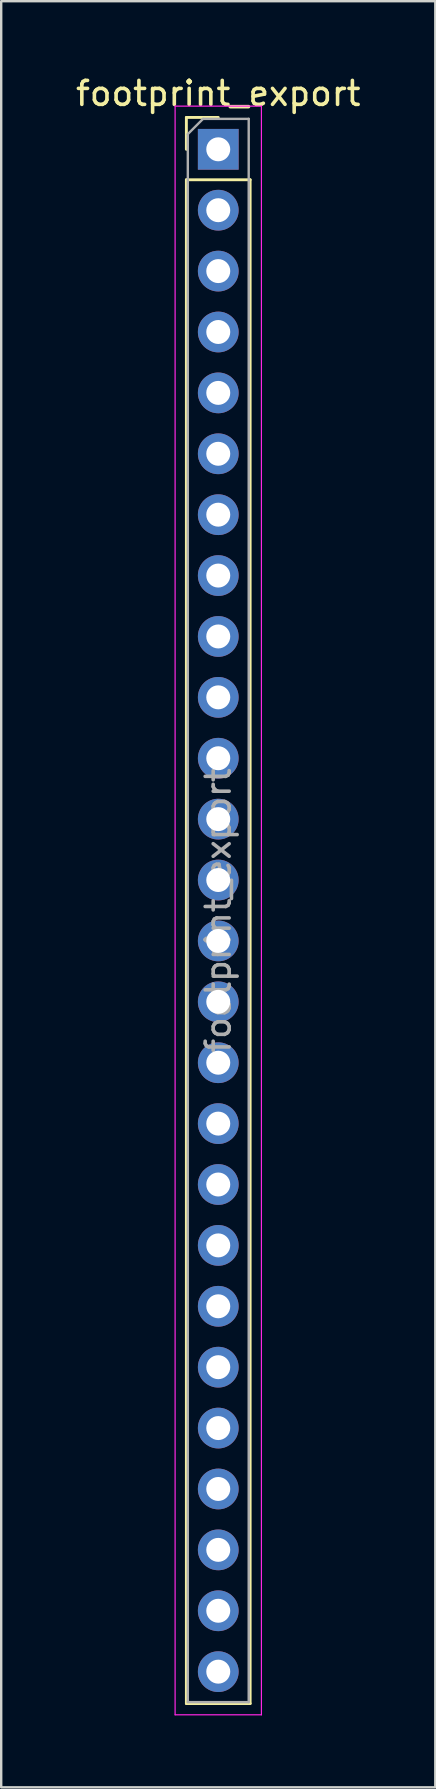
<source format=kicad_pcb>
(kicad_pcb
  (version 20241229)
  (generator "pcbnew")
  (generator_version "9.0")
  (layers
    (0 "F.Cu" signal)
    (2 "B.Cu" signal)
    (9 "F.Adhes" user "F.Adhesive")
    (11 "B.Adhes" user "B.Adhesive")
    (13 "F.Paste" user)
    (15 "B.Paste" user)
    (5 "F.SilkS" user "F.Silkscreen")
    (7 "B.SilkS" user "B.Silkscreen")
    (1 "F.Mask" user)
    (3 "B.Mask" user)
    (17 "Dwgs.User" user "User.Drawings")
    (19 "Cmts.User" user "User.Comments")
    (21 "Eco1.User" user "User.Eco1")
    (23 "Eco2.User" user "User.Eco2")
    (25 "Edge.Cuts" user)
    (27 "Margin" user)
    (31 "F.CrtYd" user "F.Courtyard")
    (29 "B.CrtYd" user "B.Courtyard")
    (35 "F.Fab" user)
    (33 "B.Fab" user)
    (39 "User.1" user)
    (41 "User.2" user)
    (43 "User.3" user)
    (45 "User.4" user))
  (footprint "footprint_export"
    (layer "F.Cu")
    (at 6.054 3.178)
    (property "Reference" "footprint_export" (at 0 -2.33 0) (layer "F.SilkS") (effects (font (size 1 1) (thickness 0.15))))
    (attr through_hole)
    (fp_line (start -1.33 -1.33) (end 0 -1.33) (stroke (width 0.12) (type solid)) (layer "F.SilkS"))
    (fp_line (start -1.33 0) (end -1.33 -1.33) (stroke (width 0.12) (type solid)) (layer "F.SilkS"))
    (fp_line (start -1.33 1.27) (end -1.33 64.83) (stroke (width 0.12) (type solid)) (layer "F.SilkS"))
    (fp_line (start -1.33 1.27) (end 1.33 1.27) (stroke (width 0.12) (type solid)) (layer "F.SilkS"))
    (fp_line (start -1.33 64.83) (end 1.33 64.83) (stroke (width 0.12) (type solid)) (layer "F.SilkS"))
    (fp_line (start 1.33 1.27) (end 1.33 64.83) (stroke (width 0.12) (type solid)) (layer "F.SilkS"))
    (fp_line (start -1.8 -1.8) (end -1.8 65.3) (stroke (width 0.05) (type solid)) (layer "F.CrtYd"))
    (fp_line (start -1.8 65.3) (end 1.8 65.3) (stroke (width 0.05) (type solid)) (layer "F.CrtYd"))
    (fp_line (start 1.8 -1.8) (end -1.8 -1.8) (stroke (width 0.05) (type solid)) (layer "F.CrtYd"))
    (fp_line (start 1.8 65.3) (end 1.8 -1.8) (stroke (width 0.05) (type solid)) (layer "F.CrtYd"))
    (fp_line (start -1.27 -0.635) (end -0.635 -1.27) (stroke (width 0.1) (type solid)) (layer "F.Fab"))
    (fp_line (start -1.27 64.77) (end -1.27 -0.635) (stroke (width 0.1) (type solid)) (layer "F.Fab"))
    (fp_line (start -0.635 -1.27) (end 1.27 -1.27) (stroke (width 0.1) (type solid)) (layer "F.Fab"))
    (fp_line (start 1.27 -1.27) (end 1.27 64.77) (stroke (width 0.1) (type solid)) (layer "F.Fab"))
    (fp_line (start 1.27 64.77) (end -1.27 64.77) (stroke (width 0.1) (type solid)) (layer "F.Fab"))
    (fp_text user "${REFERENCE}" (at 0 31.75 90) (layer "F.Fab") (effects (font (size 1 1) (thickness 0.15))))
    (pad "1" thru_hole rect (at 0 0) (size 1.7 1.7) (drill 1) (layers "*.Cu" "*.Mask"))
    (pad "2" thru_hole oval (at 0 2.54) (size 1.7 1.7) (drill 1) (layers "*.Cu" "*.Mask"))
    (pad "3" thru_hole oval (at 0 5.08) (size 1.7 1.7) (drill 1) (layers "*.Cu" "*.Mask"))
    (pad "4" thru_hole oval (at 0 7.62) (size 1.7 1.7) (drill 1) (layers "*.Cu" "*.Mask"))
    (pad "5" thru_hole oval (at 0 10.16) (size 1.7 1.7) (drill 1) (layers "*.Cu" "*.Mask"))
    (pad "6" thru_hole oval (at 0 12.7) (size 1.7 1.7) (drill 1) (layers "*.Cu" "*.Mask"))
    (pad "7" thru_hole oval (at 0 15.24) (size 1.7 1.7) (drill 1) (layers "*.Cu" "*.Mask"))
    (pad "8" thru_hole oval (at 0 17.78) (size 1.7 1.7) (drill 1) (layers "*.Cu" "*.Mask"))
    (pad "9" thru_hole oval (at 0 20.32) (size 1.7 1.7) (drill 1) (layers "*.Cu" "*.Mask"))
    (pad "10" thru_hole oval (at 0 22.86) (size 1.7 1.7) (drill 1) (layers "*.Cu" "*.Mask"))
    (pad "11" thru_hole oval (at 0 25.4) (size 1.7 1.7) (drill 1) (layers "*.Cu" "*.Mask"))
    (pad "12" thru_hole oval (at 0 27.94) (size 1.7 1.7) (drill 1) (layers "*.Cu" "*.Mask"))
    (pad "13" thru_hole oval (at 0 30.48) (size 1.7 1.7) (drill 1) (layers "*.Cu" "*.Mask"))
    (pad "14" thru_hole oval (at 0 33.02) (size 1.7 1.7) (drill 1) (layers "*.Cu" "*.Mask"))
    (pad "15" thru_hole oval (at 0 35.56) (size 1.7 1.7) (drill 1) (layers "*.Cu" "*.Mask"))
    (pad "16" thru_hole oval (at 0 38.1) (size 1.7 1.7) (drill 1) (layers "*.Cu" "*.Mask"))
    (pad "17" thru_hole oval (at 0 40.64) (size 1.7 1.7) (drill 1) (layers "*.Cu" "*.Mask"))
    (pad "18" thru_hole oval (at 0 43.18) (size 1.7 1.7) (drill 1) (layers "*.Cu" "*.Mask"))
    (pad "19" thru_hole oval (at 0 45.72) (size 1.7 1.7) (drill 1) (layers "*.Cu" "*.Mask"))
    (pad "20" thru_hole oval (at 0 48.26) (size 1.7 1.7) (drill 1) (layers "*.Cu" "*.Mask"))
    (pad "21" thru_hole oval (at 0 50.8) (size 1.7 1.7) (drill 1) (layers "*.Cu" "*.Mask"))
    (pad "22" thru_hole oval (at 0 53.34) (size 1.7 1.7) (drill 1) (layers "*.Cu" "*.Mask"))
    (pad "23" thru_hole oval (at 0 55.88) (size 1.7 1.7) (drill 1) (layers "*.Cu" "*.Mask"))
    (pad "24" thru_hole oval (at 0 58.42) (size 1.7 1.7) (drill 1) (layers "*.Cu" "*.Mask"))
    (pad "25" thru_hole oval (at 0 60.96) (size 1.7 1.7) (drill 1) (layers "*.Cu" "*.Mask"))
    (pad "26" thru_hole oval (at 0 63.5) (size 1.7 1.7) (drill 1) (layers "*.Cu" "*.Mask")))
  (gr_rect
    (start -3 -3)
    (end 15.107 71.503)
    (stroke (width 0.1) (type default))
    (fill no)
    (layer "Edge.Cuts")))
</source>
